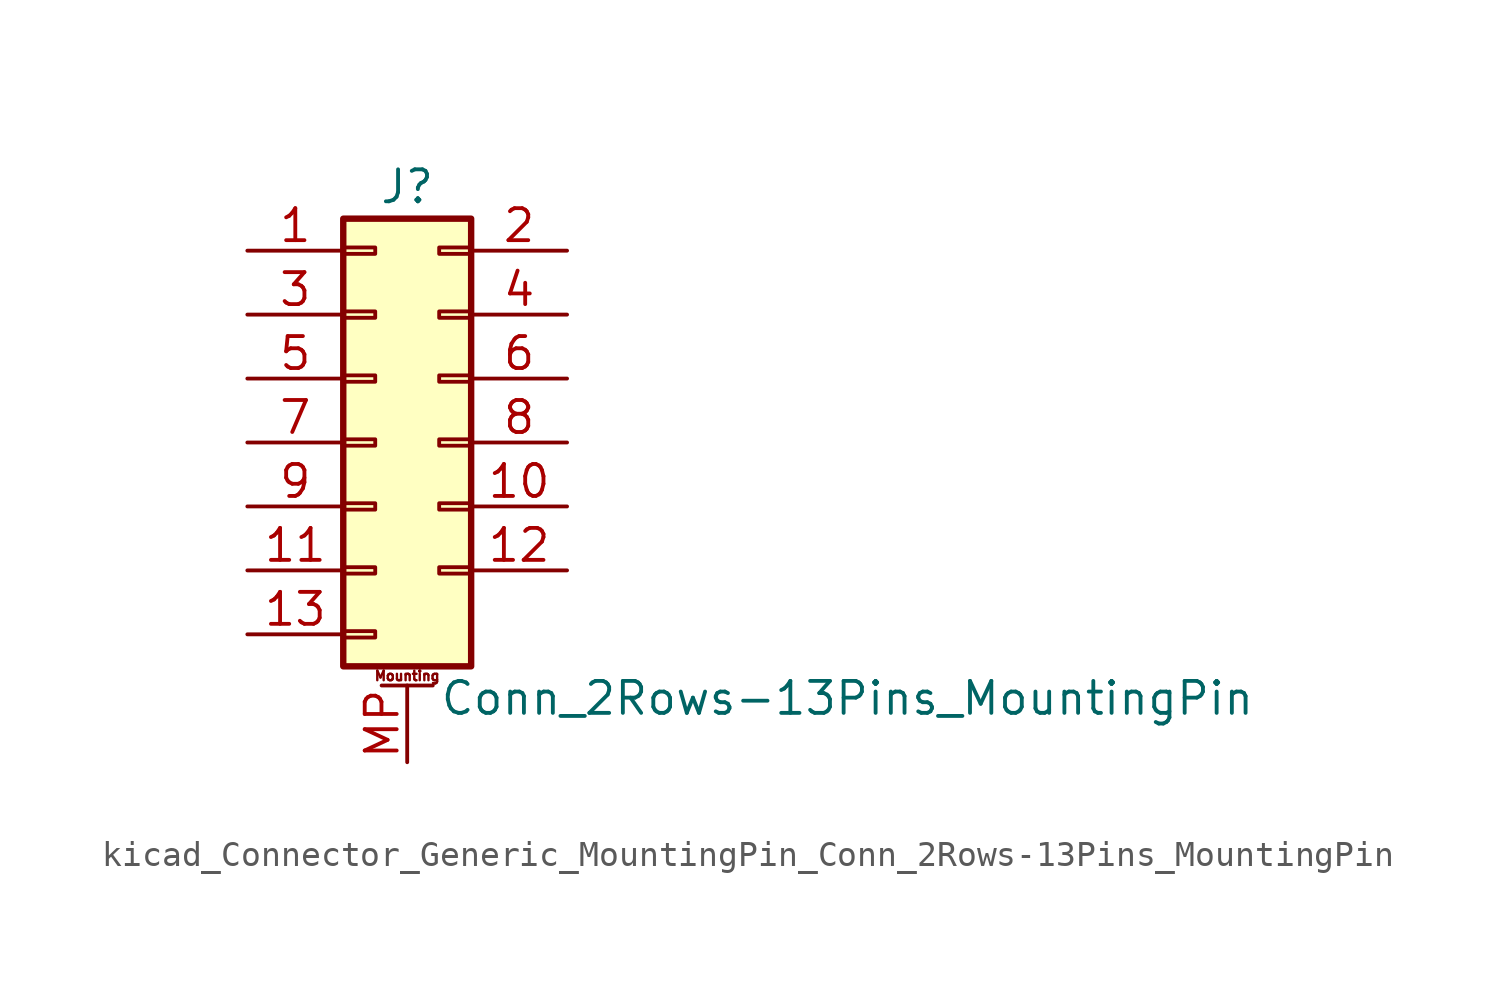
<source format=kicad_sym>
(kicad_symbol_lib
  (version 20220914)
  (generator kicad_symbol_editor)
  (symbol "kicad_Connector_Generic_MountingPin_Conn_2Rows-13Pins_MountingPin"
    (pin_names
      (offset 1.016) hide)
    (property "Reference" "J"
      (at 1.27 10.16 0)
      (effects (font (size 1.27 1.27))))
    (property "Value" "Conn_2Rows-13Pins_MountingPin"
      (at 2.54 -10.16 0)
      (effects (font (size 1.27 1.27)) (justify left)))
    (symbol "kicad_Connector_Generic_MountingPin_Conn_2Rows-13Pins_MountingPin_1_1"
      (rectangle (start -1.27 -7.493) (end 0 -7.747) (stroke (width 0.152) (type default)) (fill (type none)))
      (rectangle (start -1.27 -4.953) (end 0 -5.207) (stroke (width 0.152) (type default)) (fill (type none)))
      (rectangle (start -1.27 -2.413) (end 0 -2.667) (stroke (width 0.152) (type default)) (fill (type none)))
      (rectangle (start -1.27 0.127) (end 0 -0.127) (stroke (width 0.152) (type default)) (fill (type none)))
      (rectangle (start -1.27 2.667) (end 0 2.413) (stroke (width 0.152) (type default)) (fill (type none)))
      (rectangle (start -1.27 5.207) (end 0 4.953) (stroke (width 0.152) (type default)) (fill (type none)))
      (rectangle (start -1.27 7.747) (end 0 7.493) (stroke (width 0.152) (type default)) (fill (type none)))
      (rectangle (start -1.27 8.89) (end 3.81 -8.89) (stroke (width 0.254) (type default)) (fill (type background)))
      (polyline (pts (xy 0.254 -9.652) (xy 2.286 -9.652)) (stroke (width 0.152) (type default)) (fill (type none)))
      (rectangle (start 3.81 -4.953) (end 2.54 -5.207) (stroke (width 0.152) (type default)) (fill (type none)))
      (rectangle (start 3.81 -2.413) (end 2.54 -2.667) (stroke (width 0.152) (type default)) (fill (type none)))
      (rectangle (start 3.81 0.127) (end 2.54 -0.127) (stroke (width 0.152) (type default)) (fill (type none)))
      (rectangle (start 3.81 2.667) (end 2.54 2.413) (stroke (width 0.152) (type default)) (fill (type none)))
      (rectangle (start 3.81 5.207) (end 2.54 4.953) (stroke (width 0.152) (type default)) (fill (type none)))
      (rectangle (start 3.81 7.747) (end 2.54 7.493) (stroke (width 0.152) (type default)) (fill (type none)))
      (text "Mounting" (at 1.27 -9.271 0) (effects (font (size 0.381 0.381))))
      (pin passive line (at -5.08 7.62 0) (length 3.81) (name "Pin_1" (effects (font (size 1.27 1.27)))) (number "1" (effects (font (size 1.27 1.27)))))
      (pin passive line (at 7.62 -2.54 180) (length 3.81) (name "Pin_10" (effects (font (size 1.27 1.27)))) (number "10" (effects (font (size 1.27 1.27)))))
      (pin passive line (at -5.08 -5.08 0) (length 3.81) (name "Pin_11" (effects (font (size 1.27 1.27)))) (number "11" (effects (font (size 1.27 1.27)))))
      (pin passive line (at 7.62 -5.08 180) (length 3.81) (name "Pin_12" (effects (font (size 1.27 1.27)))) (number "12" (effects (font (size 1.27 1.27)))))
      (pin passive line (at -5.08 -7.62 0) (length 3.81) (name "Pin_13" (effects (font (size 1.27 1.27)))) (number "13" (effects (font (size 1.27 1.27)))))
      (pin passive line (at 7.62 7.62 180) (length 3.81) (name "Pin_2" (effects (font (size 1.27 1.27)))) (number "2" (effects (font (size 1.27 1.27)))))
      (pin passive line (at -5.08 5.08 0) (length 3.81) (name "Pin_3" (effects (font (size 1.27 1.27)))) (number "3" (effects (font (size 1.27 1.27)))))
      (pin passive line (at 7.62 5.08 180) (length 3.81) (name "Pin_4" (effects (font (size 1.27 1.27)))) (number "4" (effects (font (size 1.27 1.27)))))
      (pin passive line (at -5.08 2.54 0) (length 3.81) (name "Pin_5" (effects (font (size 1.27 1.27)))) (number "5" (effects (font (size 1.27 1.27)))))
      (pin passive line (at 7.62 2.54 180) (length 3.81) (name "Pin_6" (effects (font (size 1.27 1.27)))) (number "6" (effects (font (size 1.27 1.27)))))
      (pin passive line (at -5.08 0 0) (length 3.81) (name "Pin_7" (effects (font (size 1.27 1.27)))) (number "7" (effects (font (size 1.27 1.27)))))
      (pin passive line (at 7.62 0 180) (length 3.81) (name "Pin_8" (effects (font (size 1.27 1.27)))) (number "8" (effects (font (size 1.27 1.27)))))
      (pin passive line (at -5.08 -2.54 0) (length 3.81) (name "Pin_9" (effects (font (size 1.27 1.27)))) (number "9" (effects (font (size 1.27 1.27)))))
      (pin passive line (at 1.27 -12.7 90) (length 3.048) (name "MountPin" (effects (font (size 1.27 1.27)))) (number "MP" (effects (font (size 1.27 1.27))))))))
</source>
